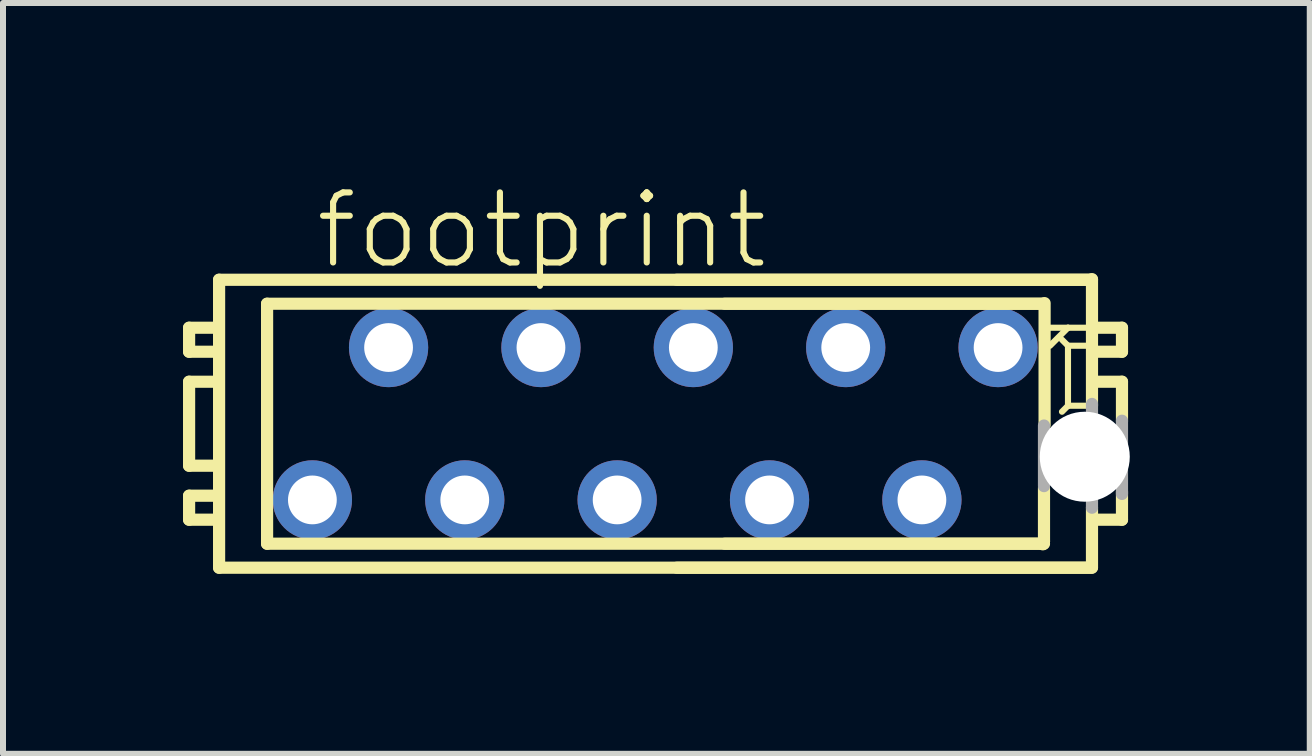
<source format=kicad_pcb>
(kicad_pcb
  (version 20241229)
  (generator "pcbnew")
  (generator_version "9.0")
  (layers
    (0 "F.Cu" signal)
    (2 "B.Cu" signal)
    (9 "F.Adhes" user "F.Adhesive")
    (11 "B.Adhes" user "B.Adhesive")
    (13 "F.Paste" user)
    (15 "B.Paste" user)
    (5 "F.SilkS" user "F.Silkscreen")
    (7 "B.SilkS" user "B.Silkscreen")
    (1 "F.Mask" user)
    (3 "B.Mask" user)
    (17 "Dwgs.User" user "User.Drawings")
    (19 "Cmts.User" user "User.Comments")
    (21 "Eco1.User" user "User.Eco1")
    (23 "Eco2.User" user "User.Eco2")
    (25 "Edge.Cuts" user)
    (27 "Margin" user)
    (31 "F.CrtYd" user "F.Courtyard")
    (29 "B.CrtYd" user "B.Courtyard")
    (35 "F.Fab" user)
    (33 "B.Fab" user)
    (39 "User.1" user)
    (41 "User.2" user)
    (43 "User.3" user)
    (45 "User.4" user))
  (footprint "footprint"
    (layer "F.Cu")
    (at 7.872 4.013)
    (property "Reference" "footprint" (at -5.715 -2.54 0) (layer "F.SilkS") (effects (font (size 1.168 1.168) (thickness 0.102)) (justify left bottom)))
    (fp_line (start -7.77 -1.6) (end -7.77 -1.2) (stroke (width 0.203) (type solid)) (layer "F.SilkS"))
    (fp_line (start -7.77 -1.2) (end -7.37 -1.2) (stroke (width 0.203) (type solid)) (layer "F.SilkS"))
    (fp_line (start -7.77 -0.7) (end -7.77 0.7) (stroke (width 0.203) (type solid)) (layer "F.SilkS"))
    (fp_line (start -7.77 0.7) (end -7.37 0.7) (stroke (width 0.203) (type solid)) (layer "F.SilkS"))
    (fp_line (start -7.77 1.2) (end -7.77 1.6) (stroke (width 0.203) (type solid)) (layer "F.SilkS"))
    (fp_line (start -7.77 1.6) (end -7.37 1.6) (stroke (width 0.203) (type solid)) (layer "F.SilkS"))
    (fp_line (start -7.37 -1.6) (end -7.77 -1.6) (stroke (width 0.203) (type solid)) (layer "F.SilkS"))
    (fp_line (start -7.37 -0.7) (end -7.77 -0.7) (stroke (width 0.203) (type solid)) (layer "F.SilkS"))
    (fp_line (start -7.37 1.2) (end -7.77 1.2) (stroke (width 0.203) (type solid)) (layer "F.SilkS"))
    (fp_line (start -7.27 -2.4) (end -7.27 2.4) (stroke (width 0.203) (type solid)) (layer "F.SilkS"))
    (fp_line (start -6.47 -2) (end -6.47 2) (stroke (width 0.203) (type solid)) (layer "F.SilkS"))
    (fp_line (start 6.46 2.01) (end 6.48 1.96) (stroke (width 0.203) (type solid)) (layer "F.SilkS"))
    (fp_line (start 6.47 -2) (end -6.47 -2) (stroke (width 0.203) (type solid)) (layer "F.SilkS"))
    (fp_line (start 6.47 2) (end -6.47 2) (stroke (width 0.203) (type solid)) (layer "F.SilkS"))
    (fp_line (start 6.48 -2) (end 1.16 -2) (stroke (width 0.203) (type solid)) (layer "F.SilkS"))
    (fp_line (start 6.48 1.96) (end 6.48 1.07) (stroke (width 0.203) (type solid)) (layer "F.SilkS"))
    (fp_line (start 6.48 2) (end 1.16 2) (stroke (width 0.203) (type solid)) (layer "F.SilkS"))
    (fp_line (start 6.49 -2.01) (end 6.49 0.02) (stroke (width 0.203) (type solid)) (layer "F.SilkS"))
    (fp_line (start 6.78 -1.4) (end 6.88 -1.3) (stroke (width 0.102) (type solid)) (layer "F.SilkS"))
    (fp_line (start 6.78 -0.2) (end 6.88 -0.3) (stroke (width 0.102) (type solid)) (layer "F.SilkS"))
    (fp_line (start 6.88 -1.6) (end 6.58 -1.6) (stroke (width 0.102) (type solid)) (layer "F.SilkS"))
    (fp_line (start 6.88 -1.6) (end 6.58 -1.3) (stroke (width 0.102) (type solid)) (layer "F.SilkS"))
    (fp_line (start 6.88 -1.3) (end 6.88 -0.3) (stroke (width 0.102) (type solid)) (layer "F.SilkS"))
    (fp_line (start 6.88 -0.3) (end 7.18 -0.3) (stroke (width 0.102) (type solid)) (layer "F.SilkS"))
    (fp_line (start 7.18 -1.6) (end 6.88 -1.6) (stroke (width 0.102) (type solid)) (layer "F.SilkS"))
    (fp_line (start 7.18 -1.3) (end 6.88 -1.3) (stroke (width 0.102) (type solid)) (layer "F.SilkS"))
    (fp_line (start 7.27 -2.4) (end -7.27 -2.4) (stroke (width 0.203) (type solid)) (layer "F.SilkS"))
    (fp_line (start 7.27 2.4) (end -7.27 2.4) (stroke (width 0.203) (type solid)) (layer "F.SilkS"))
    (fp_line (start 7.28 -2.41) (end 7.28 -0.3) (stroke (width 0.203) (type solid)) (layer "F.SilkS"))
    (fp_line (start 7.28 -2.4) (end 0.36 -2.4) (stroke (width 0.203) (type solid)) (layer "F.SilkS"))
    (fp_line (start 7.28 2.39) (end 7.28 1.4) (stroke (width 0.203) (type solid)) (layer "F.SilkS"))
    (fp_line (start 7.28 2.4) (end 0.36 2.4) (stroke (width 0.203) (type solid)) (layer "F.SilkS"))
    (fp_line (start 7.38 -1.2) (end 7.78 -1.2) (stroke (width 0.203) (type solid)) (layer "F.SilkS"))
    (fp_line (start 7.38 1.6) (end 7.78 1.6) (stroke (width 0.203) (type solid)) (layer "F.SilkS"))
    (fp_line (start 7.78 -1.6) (end 7.38 -1.6) (stroke (width 0.203) (type solid)) (layer "F.SilkS"))
    (fp_line (start 7.78 -1.2) (end 7.78 -1.6) (stroke (width 0.203) (type solid)) (layer "F.SilkS"))
    (fp_line (start 7.78 -0.7) (end 7.38 -0.7) (stroke (width 0.203) (type solid)) (layer "F.SilkS"))
    (fp_line (start 7.78 -0.04) (end 7.78 -0.7) (stroke (width 0.203) (type solid)) (layer "F.SilkS"))
    (fp_line (start 7.78 1.6) (end 7.78 1.13) (stroke (width 0.203) (type solid)) (layer "F.SilkS"))
    (fp_line (start 6.48 0.03) (end 6.48 1.04) (stroke (width 0.203) (type solid)) (layer "F.Fab"))
    (fp_line (start 7.28 1.4) (end 7.28 -0.33) (stroke (width 0.203) (type solid)) (layer "F.Fab"))
    (fp_line (start 7.78 -0.05) (end 7.78 1.17) (stroke (width 0.203) (type solid)) (layer "F.Fab"))
    (pad "" np_thru_hole circle (at 7.16 0.55) (size 1.5 1.5) (drill 1.5) (layers "*.Cu" "*.Mask"))
    (pad "1" thru_hole circle (at 5.715 -1.27) (size 1.321 1.321) (drill 0.813) (layers "*.Cu" "*.Mask"))
    (pad "2" thru_hole circle (at 4.445 1.27) (size 1.321 1.321) (drill 0.813) (layers "*.Cu" "*.Mask"))
    (pad "3" thru_hole circle (at 3.175 -1.27) (size 1.321 1.321) (drill 0.813) (layers "*.Cu" "*.Mask"))
    (pad "4" thru_hole circle (at 1.905 1.27) (size 1.321 1.321) (drill 0.813) (layers "*.Cu" "*.Mask"))
    (pad "5" thru_hole circle (at 0.635 -1.27) (size 1.321 1.321) (drill 0.813) (layers "*.Cu" "*.Mask"))
    (pad "6" thru_hole circle (at -0.635 1.27) (size 1.321 1.321) (drill 0.813) (layers "*.Cu" "*.Mask"))
    (pad "7" thru_hole circle (at -1.905 -1.27) (size 1.321 1.321) (drill 0.813) (layers "*.Cu" "*.Mask"))
    (pad "8" thru_hole circle (at -3.175 1.27) (size 1.321 1.321) (drill 0.813) (layers "*.Cu" "*.Mask"))
    (pad "9" thru_hole circle (at -4.445 -1.27) (size 1.321 1.321) (drill 0.813) (layers "*.Cu" "*.Mask"))
    (pad "10" thru_hole circle (at -5.715 1.27) (size 1.321 1.321) (drill 0.813) (layers "*.Cu" "*.Mask")))
  (gr_rect
    (start -3 -3)
    (end 18.782 9.515)
    (stroke (width 0.1) (type default))
    (fill no)
    (layer "Edge.Cuts")))
</source>
